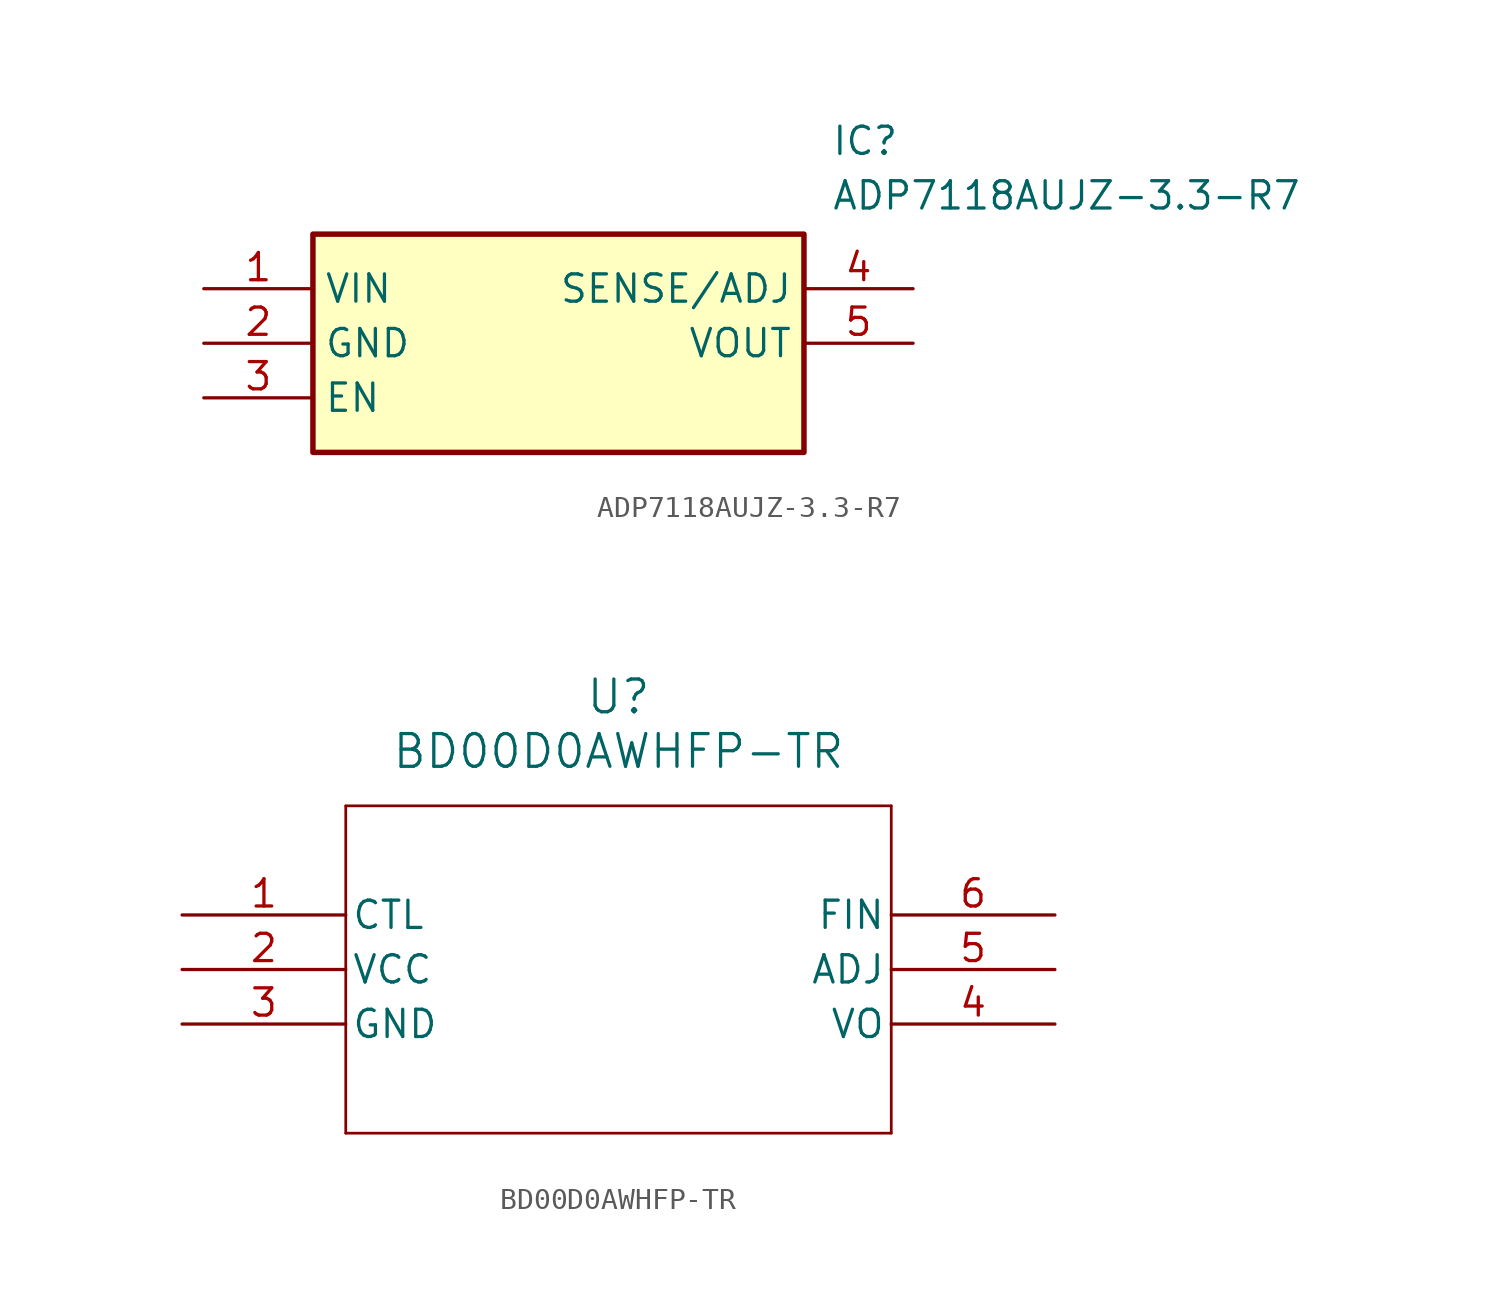
<source format=kicad_sym>
(kicad_symbol_lib
  (version 20231120)
  (generator "kicad_symbol_editor")
  (generator_version "8.0")
  (symbol "ADP7118AUJZ-3.3-R7"
    (property "Reference" "IC"
      (at 29.21 7.62 0)
      (effects (font (size 1.27 1.27)) (justify left top)))
    (property "Value" "ADP7118AUJZ-3.3-R7"
      (at 29.21 5.08 0)
      (effects (font (size 1.27 1.27)) (justify left top)))
    (symbol "ADP7118AUJZ-3.3-R7_1_1"
      (rectangle (start 5.08 2.54) (end 27.94 -7.62) (stroke (width 0.254) (type default)) (fill (type background)))
      (pin passive line (at 0 0 0) (length 5.08) (name "VIN" (effects (font (size 1.27 1.27)))) (number "1" (effects (font (size 1.27 1.27)))))
      (pin passive line (at 0 -2.54 0) (length 5.08) (name "GND" (effects (font (size 1.27 1.27)))) (number "2" (effects (font (size 1.27 1.27)))))
      (pin passive line (at 0 -5.08 0) (length 5.08) (name "EN" (effects (font (size 1.27 1.27)))) (number "3" (effects (font (size 1.27 1.27)))))
      (pin passive line (at 33.02 0 180) (length 5.08) (name "SENSE/ADJ" (effects (font (size 1.27 1.27)))) (number "4" (effects (font (size 1.27 1.27)))))
      (pin passive line (at 33.02 -2.54 180) (length 5.08) (name "VOUT" (effects (font (size 1.27 1.27)))) (number "5" (effects (font (size 1.27 1.27)))))))
  (symbol "BD00D0AWHFP-TR"
    (pin_names
      (offset 0.254))
    (property "Reference" "U"
      (at 20.32 10.16 0)
      (effects (font (size 1.524 1.524))))
    (property "Value" "BD00D0AWHFP-TR"
      (at 20.32 7.62 0)
      (effects (font (size 1.524 1.524))))
    (property "ki_locked" ""
      (at 0 0 0)
      (effects (font (size 1.27 1.27))))
    (symbol "BD00D0AWHFP-TR_0_1"
      (polyline (pts (xy 7.62 -10.16) (xy 33.02 -10.16)) (stroke (width 0.127) (type default)) (fill (type none)))
      (polyline (pts (xy 7.62 5.08) (xy 7.62 -10.16)) (stroke (width 0.127) (type default)) (fill (type none)))
      (polyline (pts (xy 33.02 -10.16) (xy 33.02 5.08)) (stroke (width 0.127) (type default)) (fill (type none)))
      (polyline (pts (xy 33.02 5.08) (xy 7.62 5.08)) (stroke (width 0.127) (type default)) (fill (type none)))
      (pin output line (at 0 0 0) (length 7.62) (name "CTL" (effects (font (size 1.27 1.27)))) (number "1" (effects (font (size 1.27 1.27)))))
      (pin power_in line (at 0 -2.54 0) (length 7.62) (name "VCC" (effects (font (size 1.27 1.27)))) (number "2" (effects (font (size 1.27 1.27)))))
      (pin power_out line (at 0 -5.08 0) (length 7.62) (name "GND" (effects (font (size 1.27 1.27)))) (number "3" (effects (font (size 1.27 1.27)))))
      (pin output line (at 40.64 -5.08 180) (length 7.62) (name "VO" (effects (font (size 1.27 1.27)))) (number "4" (effects (font (size 1.27 1.27)))))
      (pin unspecified line (at 40.64 -2.54 180) (length 7.62) (name "ADJ" (effects (font (size 1.27 1.27)))) (number "5" (effects (font (size 1.27 1.27)))))
      (pin power_out line (at 40.64 0 180) (length 7.62) (name "FIN" (effects (font (size 1.27 1.27)))) (number "6" (effects (font (size 1.27 1.27))))))))
</source>
